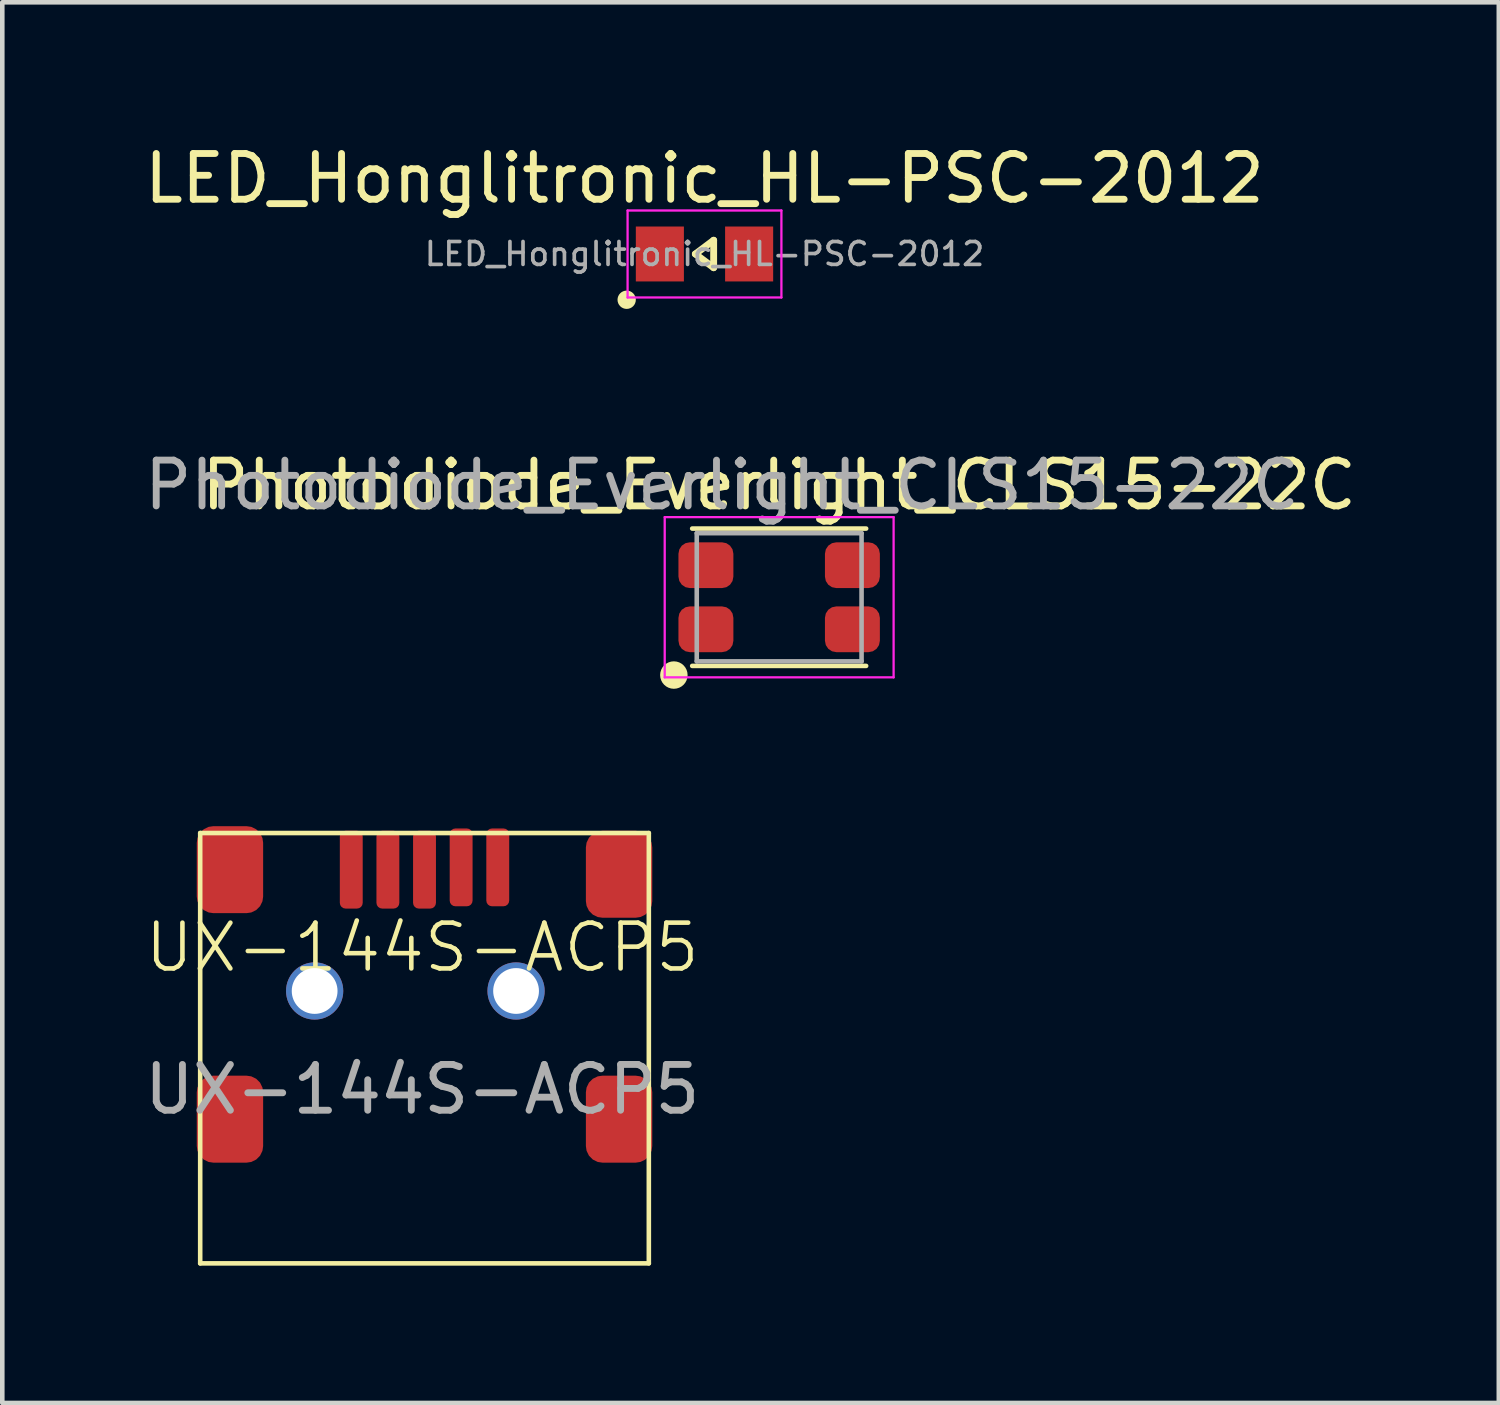
<source format=kicad_pcb>
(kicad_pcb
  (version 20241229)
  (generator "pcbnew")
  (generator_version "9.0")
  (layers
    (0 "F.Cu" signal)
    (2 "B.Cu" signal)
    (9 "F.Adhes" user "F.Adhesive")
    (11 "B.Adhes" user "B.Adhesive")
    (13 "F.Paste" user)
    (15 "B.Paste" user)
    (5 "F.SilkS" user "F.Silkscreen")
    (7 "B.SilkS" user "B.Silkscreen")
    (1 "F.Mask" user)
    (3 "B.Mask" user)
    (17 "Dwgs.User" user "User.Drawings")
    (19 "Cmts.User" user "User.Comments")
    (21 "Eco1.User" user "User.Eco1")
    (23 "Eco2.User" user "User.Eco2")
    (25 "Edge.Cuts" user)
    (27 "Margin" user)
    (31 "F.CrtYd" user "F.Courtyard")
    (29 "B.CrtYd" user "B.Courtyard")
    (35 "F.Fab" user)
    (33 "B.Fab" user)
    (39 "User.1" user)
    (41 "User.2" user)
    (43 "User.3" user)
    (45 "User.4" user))
  (footprint "Photodiode_Everlight_CLS15-22C"
    (layer "F.Cu")
    (at 13.97 9.996)
    (property "Reference" "Photodiode_Everlight_CLS15-22C" (at 0 -2.45 0) (layer "F.SilkS") (effects (font (size 1 1) (thickness 0.15))))
    (attr smd)
    (fp_line (start -1.9 1.5) (end 1.9 1.5) (stroke (width 0.1) (type default)) (layer "F.SilkS"))
    (fp_line (start 1.9 -1.5) (end -1.9 -1.5) (stroke (width 0.1) (type default)) (layer "F.SilkS"))
    (fp_circle (center -2.3 1.7) (end -2.15 1.7) (stroke (width 0.3) (type default)) (fill no) (layer "F.SilkS"))
    (fp_line (start -2.5 -1.75) (end -2.5 1.75) (stroke (width 0.05) (type solid)) (layer "F.CrtYd"))
    (fp_line (start -2.5 -1.75) (end 2.5 -1.75) (stroke (width 0.05) (type solid)) (layer "F.CrtYd"))
    (fp_line (start 2.5 1.75) (end -2.5 1.75) (stroke (width 0.05) (type solid)) (layer "F.CrtYd"))
    (fp_line (start 2.5 1.75) (end 2.5 -1.75) (stroke (width 0.05) (type solid)) (layer "F.CrtYd"))
    (fp_line (start -1.8 -1.4) (end -1.8 1.4) (stroke (width 0.1) (type solid)) (layer "F.Fab"))
    (fp_line (start -1.8 1.4) (end 1.8 1.4) (stroke (width 0.1) (type solid)) (layer "F.Fab"))
    (fp_line (start 1.8 -1.4) (end -1.8 -1.4) (stroke (width 0.1) (type solid)) (layer "F.Fab"))
    (fp_line (start 1.8 1.4) (end 1.8 -1.4) (stroke (width 0.1) (type solid)) (layer "F.Fab"))
    (fp_text user "${REFERENCE}" (at -1.25 -2.45 0) (layer "F.Fab") (effects (font (size 1 1) (thickness 0.15))))
    (pad "1" smd roundrect (at 1.6 -0.7) (size 1.2 1) (layers "F.Cu" "F.Mask" "F.Paste") (roundrect_rratio 0.25))
    (pad "1" smd roundrect (at 1.6 0.7) (size 1.2 1) (layers "F.Cu" "F.Mask" "F.Paste") (roundrect_rratio 0.25))
    (pad "2" smd roundrect (at -1.6 -0.7) (size 1.2 1) (layers "F.Cu" "F.Mask" "F.Paste") (roundrect_rratio 0.25))
    (pad "2" smd roundrect (at -1.6 0.7) (size 1.2 1) (layers "F.Cu" "F.Mask" "F.Paste") (roundrect_rratio 0.25)))
  (footprint "LED_Honglitronic_HL-PSC-2012"
    (layer "F.Cu")
    (at 12.339 2.498)
    (property "Reference" "LED_Honglitronic_HL-PSC-2012" (at 0 -1.65 0) (layer "F.SilkS") (effects (font (size 1 1) (thickness 0.15))))
    (attr smd)
    (fp_line (start -0.2 0) (end 0.2 -0.3) (stroke (width 0.15) (type default)) (layer "F.SilkS"))
    (fp_line (start 0.2 -0.3) (end 0.2 0.3) (stroke (width 0.15) (type default)) (layer "F.SilkS"))
    (fp_line (start 0.2 0.3) (end -0.2 0) (stroke (width 0.15) (type default)) (layer "F.SilkS"))
    (fp_circle (center -1.7 1) (end -1.6 1) (stroke (width 0.2) (type default)) (fill no) (layer "F.SilkS"))
    (fp_line (start -1.68 -0.95) (end 1.68 -0.95) (stroke (width 0.05) (type solid)) (layer "F.CrtYd"))
    (fp_line (start -1.68 0.95) (end -1.68 -0.95) (stroke (width 0.05) (type solid)) (layer "F.CrtYd"))
    (fp_line (start 1.68 -0.95) (end 1.68 0.95) (stroke (width 0.05) (type solid)) (layer "F.CrtYd"))
    (fp_line (start 1.68 0.95) (end -1.68 0.95) (stroke (width 0.05) (type solid)) (layer "F.CrtYd"))
    (fp_text user "${REFERENCE}" (at 0 0 0) (layer "F.Fab") (effects (font (size 0.5 0.5) (thickness 0.08))))
    (pad "1" smd rect (at -0.975 0) (size 1.05 1.2) (layers "F.Cu" "F.Mask" "F.Paste"))
    (pad "2" smd rect (at 0.975 0) (size 1.05 1.2) (layers "F.Cu" "F.Mask" "F.Paste")))
  (footprint "UX-144S-ACP5"
    (layer "F.Cu")
    (at 6.173 20.747)
    (property "Reference" "UX-144S-ACP5" (at 0 -3.1 0) (unlocked yes) (layer "F.SilkS") (effects (font (size 1 1) (thickness 0.1))))
    (attr smd)
    (fp_line (start -4.85 -5.6) (end -4.85 3.8) (stroke (width 0.1) (type default)) (layer "F.SilkS"))
    (fp_line (start -4.85 3.8) (end 4.95 3.8) (stroke (width 0.1) (type default)) (layer "F.SilkS"))
    (fp_line (start 4.95 -5.6) (end -4.85 -5.6) (stroke (width 0.1) (type default)) (layer "F.SilkS"))
    (fp_line (start 4.95 3.8) (end 4.95 -5.6) (stroke (width 0.1) (type default)) (layer "F.SilkS"))
    (fp_text user "${REFERENCE}" (at 0 0 0) (unlocked yes) (layer "F.Fab") (effects (font (size 1 1) (thickness 0.15))))
    (pad "1" smd roundrect (at -1.55 -4.8 90) (size 1.7 0.5) (layers "F.Cu" "F.Mask" "F.Paste") (roundrect_rratio 0.25))
    (pad "2" smd roundrect (at -0.75 -4.8 90) (size 1.7 0.5) (layers "F.Cu" "F.Mask" "F.Paste") (roundrect_rratio 0.25))
    (pad "3" smd roundrect (at 0.05 -4.8 90) (size 1.7 0.5) (layers "F.Cu" "F.Mask" "F.Paste") (roundrect_rratio 0.25))
    (pad "3" thru_hole circle (at 2.05 -2.15) (size 1.25 1.25) (drill 1) (layers "*.Cu" "*.Mask"))
    (pad "4" thru_hole circle (at -2.35 -2.15) (size 1.25 1.25) (drill 1) (layers "*.Cu" "*.Mask"))
    (pad "4" smd roundrect (at 0.85 -4.85 90) (size 1.7 0.5) (layers "F.Cu" "F.Mask" "F.Paste") (roundrect_rratio 0.25))
    (pad "5" smd roundrect (at 1.65 -4.85 90) (size 1.7 0.5) (layers "F.Cu" "F.Mask" "F.Paste") (roundrect_rratio 0.25))
    (pad "6" smd roundrect (at 4.3 -4.7 270) (size 1.9 1.45) (layers "F.Cu" "F.Mask" "F.Paste") (roundrect_rratio 0.25))
    (pad "7" smd roundrect (at -4.2 0.65 270) (size 1.9 1.45) (layers "F.Cu" "F.Mask" "F.Paste") (roundrect_rratio 0.25))
    (pad "8" smd roundrect (at 4.3 0.65 90) (size 1.9 1.45) (layers "F.Cu" "F.Mask" "F.Paste") (roundrect_rratio 0.25))
    (pad "9" smd roundrect (at -4.2 -4.8 270) (size 1.9 1.45) (layers "F.Cu" "F.Mask" "F.Paste") (roundrect_rratio 0.25)))
  (gr_rect
    (start -3 -3)
    (end 29.69 27.596)
    (stroke (width 0.1) (type default))
    (fill no)
    (layer "Edge.Cuts")))
</source>
